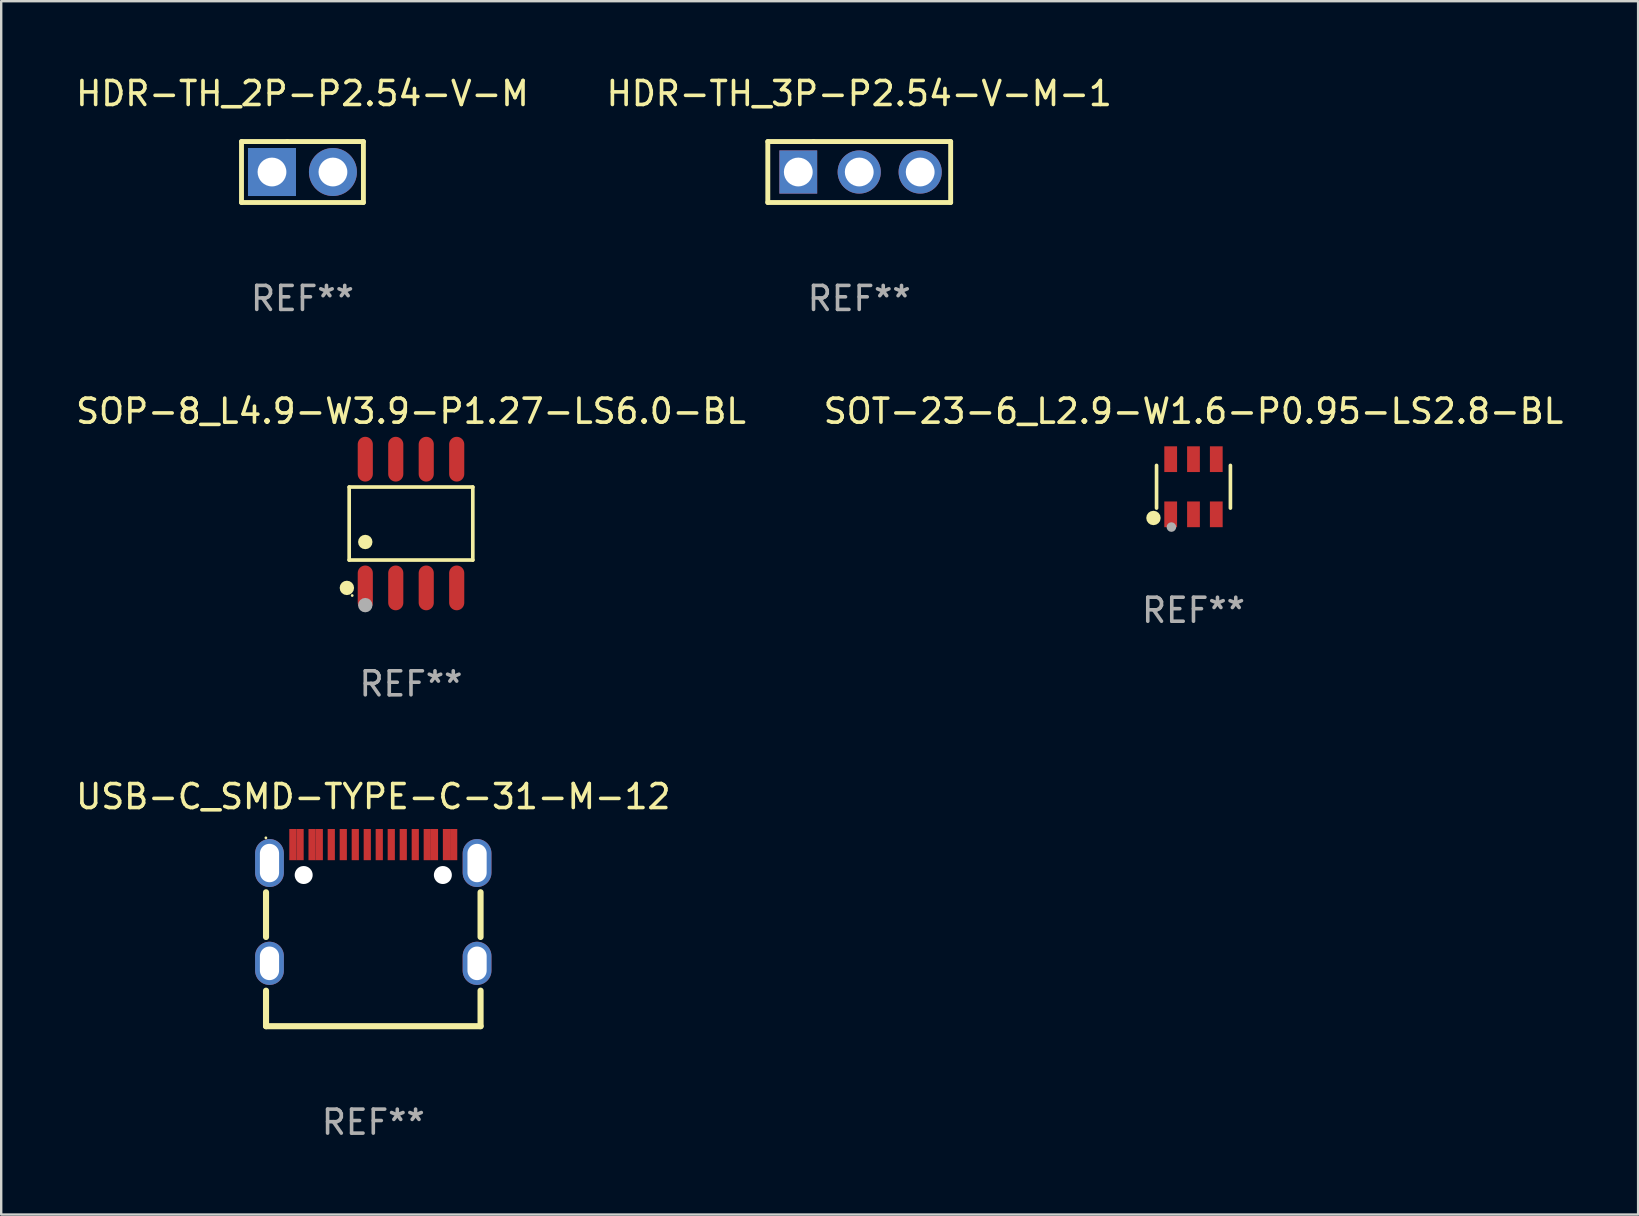
<source format=kicad_pcb>
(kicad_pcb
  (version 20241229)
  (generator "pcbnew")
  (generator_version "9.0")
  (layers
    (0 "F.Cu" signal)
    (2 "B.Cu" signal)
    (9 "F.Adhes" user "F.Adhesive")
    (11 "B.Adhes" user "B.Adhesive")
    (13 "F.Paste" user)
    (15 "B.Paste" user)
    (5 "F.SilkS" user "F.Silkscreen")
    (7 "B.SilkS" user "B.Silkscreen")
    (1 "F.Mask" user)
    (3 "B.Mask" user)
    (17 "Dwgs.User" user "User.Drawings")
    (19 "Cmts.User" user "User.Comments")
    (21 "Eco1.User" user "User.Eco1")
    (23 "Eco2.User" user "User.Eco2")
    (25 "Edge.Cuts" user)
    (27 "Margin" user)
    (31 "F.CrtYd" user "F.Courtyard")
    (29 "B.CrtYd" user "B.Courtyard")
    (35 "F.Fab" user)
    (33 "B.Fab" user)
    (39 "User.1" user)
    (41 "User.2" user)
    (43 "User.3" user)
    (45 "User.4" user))
  (footprint "USB-C_SMD-TYPE-C-31-M-12"
    (layer "F.Cu")
    (at 12.505 34.62)
    (property "Reference" "USB-C_SMD-TYPE-C-31-M-12" (at 0.001 -4.474 0) (layer "F.SilkS") (effects (font (size 1 1) (thickness 0.15))))
    (attr through_hole)
    (fp_line (start -4.469 1.376) (end -4.469 -0.487) (stroke (width 0.254) (type solid)) (layer "F.SilkS"))
    (fp_line (start -4.469 5.094) (end -4.469 3.613) (stroke (width 0.254) (type solid)) (layer "F.SilkS"))
    (fp_line (start 4.471 1.376) (end 4.471 -0.488) (stroke (width 0.254) (type solid)) (layer "F.SilkS"))
    (fp_line (start 4.471 5.094) (end -4.469 5.094) (stroke (width 0.254) (type solid)) (layer "F.SilkS"))
    (fp_line (start 4.471 5.094) (end 4.471 3.612) (stroke (width 0.254) (type solid)) (layer "F.SilkS"))
    (fp_circle (center -4.475 -2.756) (end -4.445 -2.756) (stroke (width 0.06) (type solid)) (fill no) (layer "F.SilkS"))
    (fp_circle (center -2.9 -1.206) (end -2.775 -1.206) (stroke (width 0.25) (type solid)) (fill no) (layer "F.Fab"))
    (fp_circle (center 2.9 -1.206) (end 3.025 -1.206) (stroke (width 0.25) (type solid)) (fill no) (layer "F.Fab"))
    (fp_text user "REF**" (at 0.001 9.094 0) (layer "F.Fab") (effects (font (size 1 1) (thickness 0.15))))
    (pad "" np_thru_hole circle (at -2.9 -1.206) (size 0.75 0.75) (drill 0.75) (layers "*.Cu" "*.Mask"))
    (pad "" np_thru_hole circle (at 2.9 -1.206) (size 0.75 0.75) (drill 0.75) (layers "*.Cu" "*.Mask"))
    (pad "0" thru_hole oval (at -4.325 -1.706) (size 1.2 2) (drill oval 0.8 1.6) (layers "*.Cu" "*.Mask"))
    (pad "1" thru_hole oval (at 4.325 -1.706) (size 1.2 2) (drill oval 0.8 1.6) (layers "*.Cu" "*.Mask"))
    (pad "2" thru_hole oval (at 4.325 2.474) (size 1.2 1.8) (drill oval 0.8 1.4) (layers "*.Cu" "*.Mask"))
    (pad "3" thru_hole oval (at -4.325 2.474) (size 1.2 1.8) (drill oval 0.8 1.4) (layers "*.Cu" "*.Mask"))
    (pad "A1" smd rect (at -3.35 -2.474) (size 0.3 1.3) (layers "F.Cu" "F.Mask" "F.Paste"))
    (pad "A4" smd rect (at -2.55 -2.474) (size 0.3 1.3) (layers "F.Cu" "F.Mask" "F.Paste"))
    (pad "A5" smd rect (at -1.25 -2.474) (size 0.3 1.3) (layers "F.Cu" "F.Mask" "F.Paste"))
    (pad "A6" smd rect (at -0.25 -2.474) (size 0.3 1.3) (layers "F.Cu" "F.Mask" "F.Paste"))
    (pad "A7" smd rect (at 0.25 -2.474) (size 0.3 1.3) (layers "F.Cu" "F.Mask" "F.Paste"))
    (pad "A8" smd rect (at 1.25 -2.474) (size 0.3 1.3) (layers "F.Cu" "F.Mask" "F.Paste"))
    (pad "A9" smd rect (at 2.55 -2.474) (size 0.3 1.3) (layers "F.Cu" "F.Mask" "F.Paste"))
    (pad "A12" smd rect (at 3.35 -2.474) (size 0.3 1.3) (layers "F.Cu" "F.Mask" "F.Paste"))
    (pad "B1" smd rect (at 3.05 -2.474) (size 0.3 1.3) (layers "F.Cu" "F.Mask" "F.Paste"))
    (pad "B4" smd rect (at 2.25 -2.474) (size 0.3 1.3) (layers "F.Cu" "F.Mask" "F.Paste"))
    (pad "B5" smd rect (at 1.75 -2.474) (size 0.3 1.3) (layers "F.Cu" "F.Mask" "F.Paste"))
    (pad "B6" smd rect (at 0.75 -2.474) (size 0.3 1.3) (layers "F.Cu" "F.Mask" "F.Paste"))
    (pad "B7" smd rect (at -0.75 -2.474) (size 0.3 1.3) (layers "F.Cu" "F.Mask" "F.Paste"))
    (pad "B8" smd rect (at -1.75 -2.474) (size 0.3 1.3) (layers "F.Cu" "F.Mask" "F.Paste"))
    (pad "B9" smd rect (at -2.25 -2.474) (size 0.3 1.3) (layers "F.Cu" "F.Mask" "F.Paste"))
    (pad "B12" smd rect (at -3.05 -2.474) (size 0.3 1.3) (layers "F.Cu" "F.Mask" "F.Paste")))
  (footprint "SOP-8_L4.9-W3.9-P1.27-LS6.0-BL"
    (layer "F.Cu")
    (at 14.077 18.767)
    (property "Reference" "SOP-8_L4.9-W3.9-P1.27-LS6.0-BL" (at 0 -4.682 0) (layer "F.SilkS") (effects (font (size 1 1) (thickness 0.15))))
    (attr through_hole)
    (fp_line (start -2.576 -1.521) (end 2.576 -1.521) (stroke (width 0.152) (type solid)) (layer "F.SilkS"))
    (fp_line (start -2.576 1.521) (end -2.576 -1.521) (stroke (width 0.152) (type solid)) (layer "F.SilkS"))
    (fp_line (start 2.576 -1.521) (end 2.576 1.521) (stroke (width 0.152) (type solid)) (layer "F.SilkS"))
    (fp_line (start 2.576 1.521) (end -2.576 1.521) (stroke (width 0.152) (type solid)) (layer "F.SilkS"))
    (fp_circle (center -2.672 2.682) (end -2.522 2.682) (stroke (width 0.3) (type solid)) (fill no) (layer "F.SilkS"))
    (fp_circle (center -2.45 3) (end -2.42 3) (stroke (width 0.06) (type solid)) (fill no) (layer "F.SilkS"))
    (fp_circle (center -1.905 0.769) (end -1.755 0.769) (stroke (width 0.3) (type solid)) (fill no) (layer "F.SilkS"))
    (fp_circle (center -1.905 3.4) (end -1.755 3.4) (stroke (width 0.3) (type solid)) (fill no) (layer "F.Fab"))
    (fp_text user "REF**" (at 0 6.682 0) (layer "F.Fab") (effects (font (size 1 1) (thickness 0.15))))
    (pad "1" smd oval (at -1.905 2.682) (size 0.63 1.865) (layers "F.Cu" "F.Mask" "F.Paste"))
    (pad "2" smd oval (at -0.635 2.682) (size 0.63 1.865) (layers "F.Cu" "F.Mask" "F.Paste"))
    (pad "3" smd oval (at 0.635 2.682) (size 0.63 1.865) (layers "F.Cu" "F.Mask" "F.Paste"))
    (pad "4" smd oval (at 1.905 2.682) (size 0.63 1.865) (layers "F.Cu" "F.Mask" "F.Paste"))
    (pad "5" smd oval (at 1.905 -2.682) (size 0.63 1.865) (layers "F.Cu" "F.Mask" "F.Paste"))
    (pad "6" smd oval (at 0.635 -2.682) (size 0.63 1.865) (layers "F.Cu" "F.Mask" "F.Paste"))
    (pad "7" smd oval (at -0.635 -2.682) (size 0.63 1.865) (layers "F.Cu" "F.Mask" "F.Paste"))
    (pad "8" smd oval (at -1.905 -2.682) (size 0.63 1.865) (layers "F.Cu" "F.Mask" "F.Paste")))
  (footprint "SOT-23-6_L2.9-W1.6-P0.95-LS2.8-BL"
    (layer "F.Cu")
    (at 46.685 17.234)
    (property "Reference" "SOT-23-6_L2.9-W1.6-P0.95-LS2.8-BL" (at 0 -3.149 0) (layer "F.SilkS") (effects (font (size 1 1) (thickness 0.15))))
    (attr through_hole)
    (fp_line (start -1.539 0.889) (end -1.539 -0.889) (stroke (width 0.152) (type solid)) (layer "F.SilkS"))
    (fp_line (start 1.539 0.889) (end 1.539 -0.889) (stroke (width 0.152) (type solid)) (layer "F.SilkS"))
    (fp_circle (center -1.668 1.301) (end -1.518 1.301) (stroke (width 0.3) (type solid)) (fill no) (layer "F.SilkS"))
    (fp_circle (center -1.463 1.4) (end -1.433 1.4) (stroke (width 0.06) (type solid)) (fill no) (layer "F.SilkS"))
    (fp_circle (center -0.92 1.68) (end -0.82 1.68) (stroke (width 0.2) (type solid)) (fill no) (layer "F.Fab"))
    (fp_text user "REF**" (at 0 5.149 0) (layer "F.Fab") (effects (font (size 1 1) (thickness 0.15))))
    (pad "1" smd rect (at -0.95 1.149) (size 0.532 1.072) (layers "F.Cu" "F.Mask" "F.Paste"))
    (pad "2" smd rect (at 0 1.149) (size 0.532 1.072) (layers "F.Cu" "F.Mask" "F.Paste"))
    (pad "3" smd rect (at 0.95 1.149) (size 0.532 1.072) (layers "F.Cu" "F.Mask" "F.Paste"))
    (pad "4" smd rect (at 0.95 -1.149) (size 0.532 1.072) (layers "F.Cu" "F.Mask" "F.Paste"))
    (pad "5" smd rect (at 0 -1.149) (size 0.532 1.072) (layers "F.Cu" "F.Mask" "F.Paste"))
    (pad "6" smd rect (at -0.95 -1.149) (size 0.532 1.072) (layers "F.Cu" "F.Mask" "F.Paste")))
  (footprint "HDR-TH_2P-P2.54-V-M"
    (layer "F.Cu")
    (at 9.554 4.118)
    (property "Reference" "HDR-TH_2P-P2.54-V-M" (at 0 -3.27 0) (layer "F.SilkS") (effects (font (size 1 1) (thickness 0.15))))
    (attr through_hole)
    (fp_line (start -2.54 -1.27) (end -0.635 -1.27) (stroke (width 0.203) (type solid)) (layer "F.SilkS"))
    (fp_line (start -2.54 1.27) (end -2.54 -1.27) (stroke (width 0.203) (type solid)) (layer "F.SilkS"))
    (fp_line (start 2.54 -1.27) (end -0.635 -1.27) (stroke (width 0.203) (type solid)) (layer "F.SilkS"))
    (fp_line (start 2.54 -1.27) (end 2.54 1.27) (stroke (width 0.203) (type solid)) (layer "F.SilkS"))
    (fp_line (start 2.54 1.27) (end -2.54 1.27) (stroke (width 0.203) (type solid)) (layer "F.SilkS"))
    (fp_circle (center -2.54 1.25) (end -2.51 1.25) (stroke (width 0.06) (type solid)) (fill no) (layer "F.SilkS"))
    (fp_text user "REF**" (at 0 5.27 0) (layer "F.Fab") (effects (font (size 1 1) (thickness 0.15))))
    (pad "1" thru_hole rect (at -1.27 0) (size 2 2) (drill 1.2) (layers "*.Cu" "*.Mask"))
    (pad "2" thru_hole circle (at 1.27 0) (size 2 2) (drill 1.2) (layers "*.Cu" "*.Mask")))
  (footprint "HDR-TH_3P-P2.54-V-M-1"
    (layer "F.Cu")
    (at 32.756 4.118)
    (property "Reference" "HDR-TH_3P-P2.54-V-M-1" (at 0 -3.27 0) (layer "F.SilkS") (effects (font (size 1 1) (thickness 0.15))))
    (attr through_hole)
    (fp_line (start -3.81 -1.27) (end -3.81 1.27) (stroke (width 0.203) (type solid)) (layer "F.SilkS"))
    (fp_line (start -3.81 1.27) (end 3.81 1.27) (stroke (width 0.203) (type solid)) (layer "F.SilkS"))
    (fp_line (start -1.905 -1.27) (end -3.81 -1.27) (stroke (width 0.203) (type solid)) (layer "F.SilkS"))
    (fp_line (start 3.81 -1.27) (end -1.905 -1.27) (stroke (width 0.203) (type solid)) (layer "F.SilkS"))
    (fp_line (start 3.81 1.27) (end 3.81 -1.27) (stroke (width 0.203) (type solid)) (layer "F.SilkS"))
    (fp_circle (center -3.81 1.25) (end -3.78 1.25) (stroke (width 0.06) (type solid)) (fill no) (layer "F.SilkS"))
    (fp_text user "REF**" (at 0 5.27 0) (layer "F.Fab") (effects (font (size 1 1) (thickness 0.15))))
    (pad "1" thru_hole rect (at -2.54 0) (size 1.575 1.8) (drill 1.2) (layers "*.Cu" "*.Mask"))
    (pad "2" thru_hole circle (at 0 0) (size 1.8 1.8) (drill 1.2) (layers "*.Cu" "*.Mask"))
    (pad "3" thru_hole circle (at 2.54 0) (size 1.8 1.8) (drill 1.2) (layers "*.Cu" "*.Mask")))
  (gr_rect
    (start -3 -3)
    (end 65.214 47.563)
    (stroke (width 0.1) (type default))
    (fill no)
    (layer "Edge.Cuts")))
</source>
